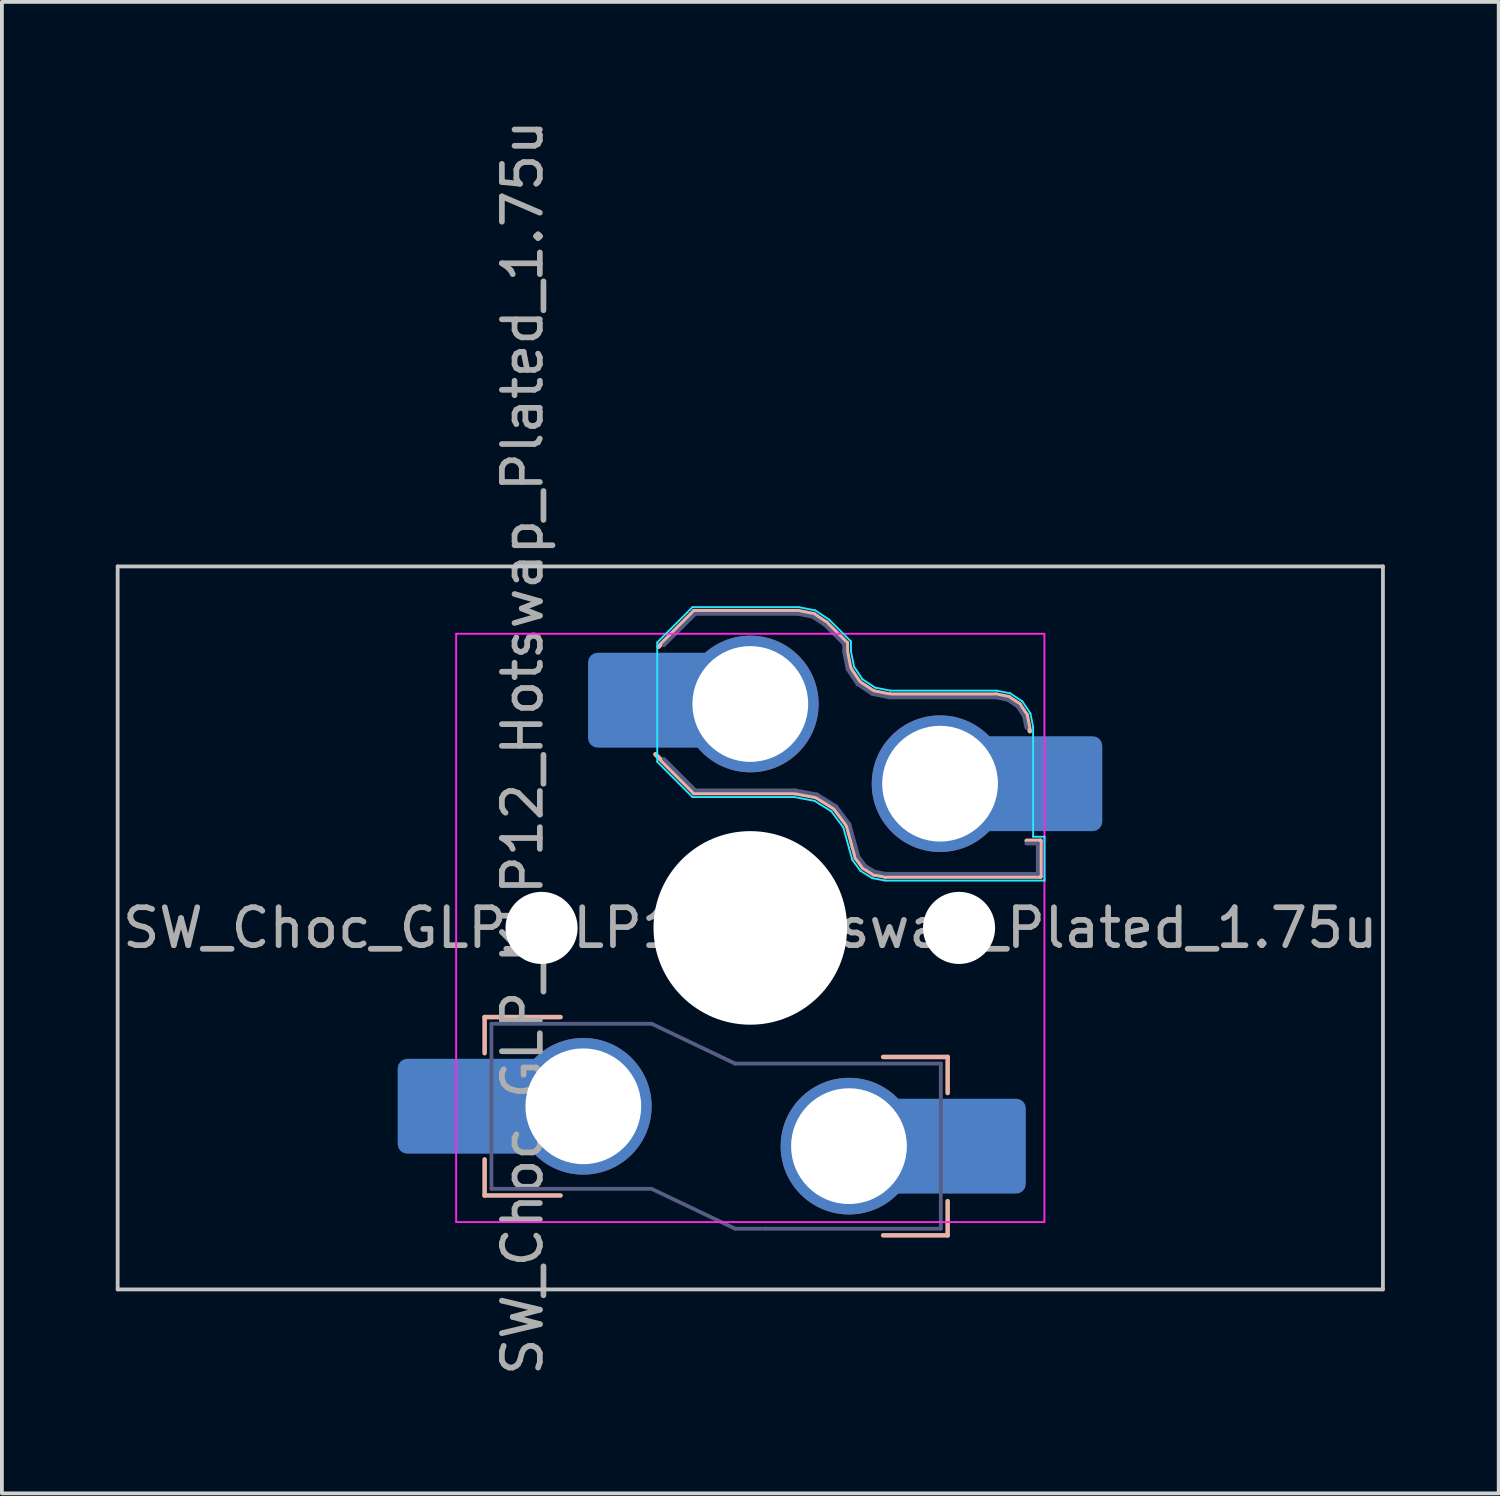
<source format=kicad_pcb>
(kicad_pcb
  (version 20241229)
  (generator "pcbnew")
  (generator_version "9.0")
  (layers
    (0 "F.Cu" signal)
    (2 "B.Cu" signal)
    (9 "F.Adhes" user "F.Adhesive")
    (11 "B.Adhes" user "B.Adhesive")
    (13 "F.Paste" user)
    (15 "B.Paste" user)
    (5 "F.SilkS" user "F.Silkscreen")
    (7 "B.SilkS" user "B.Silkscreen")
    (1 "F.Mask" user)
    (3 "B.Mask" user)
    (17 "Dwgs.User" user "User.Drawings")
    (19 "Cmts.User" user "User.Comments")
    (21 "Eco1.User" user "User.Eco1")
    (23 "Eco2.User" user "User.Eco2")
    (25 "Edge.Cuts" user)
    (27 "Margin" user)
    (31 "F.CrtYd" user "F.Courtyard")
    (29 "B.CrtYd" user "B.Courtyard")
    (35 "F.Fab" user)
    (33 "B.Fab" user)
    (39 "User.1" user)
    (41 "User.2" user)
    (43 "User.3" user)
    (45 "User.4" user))
  (footprint "SW_Choc_GLP_KLP12_Hotswap_Plated_1.75u"
    (layer "F.Cu")
    (at 16.719 21.399)
    (property "Reference" "SW_Choc_GLP_KLP12_Hotswap_Plated_1.75u" (at -6 -4.75 90) (layer "F.Fab") (effects (font (size 1 1) (thickness 0.15))))
    (attr smd)
    (fp_line (start -7 2.35) (end -7 3.3) (stroke (width 0.12) (type solid)) (layer "B.SilkS"))
    (fp_line (start -7 2.35) (end -5 2.35) (stroke (width 0.12) (type solid)) (layer "B.SilkS"))
    (fp_line (start -7 7.05) (end -7 6.1) (stroke (width 0.12) (type solid)) (layer "B.SilkS"))
    (fp_line (start -7 7.05) (end -5 7.05) (stroke (width 0.12) (type solid)) (layer "B.SilkS"))
    (fp_line (start -2.416 -7.409) (end -1.479 -8.346) (stroke (width 0.12) (type solid)) (layer "B.SilkS"))
    (fp_line (start -1.479 -8.346) (end 1.268 -8.346) (stroke (width 0.12) (type solid)) (layer "B.SilkS"))
    (fp_line (start -1.479 -3.554) (end -2.5 -4.575) (stroke (width 0.12) (type solid)) (layer "B.SilkS"))
    (fp_line (start 1.168 -3.554) (end -1.479 -3.554) (stroke (width 0.12) (type solid)) (layer "B.SilkS"))
    (fp_line (start 1.268 -8.346) (end 1.671 -8.266) (stroke (width 0.12) (type solid)) (layer "B.SilkS"))
    (fp_line (start 1.671 -8.266) (end 2.013 -8.037) (stroke (width 0.12) (type solid)) (layer "B.SilkS"))
    (fp_line (start 1.73 -3.449) (end 1.168 -3.554) (stroke (width 0.12) (type solid)) (layer "B.SilkS"))
    (fp_line (start 2.013 -8.037) (end 2.546 -7.504) (stroke (width 0.12) (type solid)) (layer "B.SilkS"))
    (fp_line (start 2.209 -3.15) (end 1.73 -3.449) (stroke (width 0.12) (type solid)) (layer "B.SilkS"))
    (fp_line (start 2.546 -7.504) (end 2.546 -7.282) (stroke (width 0.12) (type solid)) (layer "B.SilkS"))
    (fp_line (start 2.546 -7.282) (end 2.633 -6.844) (stroke (width 0.12) (type solid)) (layer "B.SilkS"))
    (fp_line (start 2.547 -2.697) (end 2.209 -3.15) (stroke (width 0.12) (type solid)) (layer "B.SilkS"))
    (fp_line (start 2.633 -6.844) (end 2.877 -6.477) (stroke (width 0.12) (type solid)) (layer "B.SilkS"))
    (fp_line (start 2.701 -2.139) (end 2.547 -2.697) (stroke (width 0.12) (type solid)) (layer "B.SilkS"))
    (fp_line (start 2.783 -1.841) (end 2.701 -2.139) (stroke (width 0.12) (type solid)) (layer "B.SilkS"))
    (fp_line (start 2.877 -6.477) (end 3.244 -6.233) (stroke (width 0.12) (type solid)) (layer "B.SilkS"))
    (fp_line (start 2.976 -1.583) (end 2.783 -1.841) (stroke (width 0.12) (type solid)) (layer "B.SilkS"))
    (fp_line (start 3.244 -6.233) (end 3.682 -6.146) (stroke (width 0.12) (type solid)) (layer "B.SilkS"))
    (fp_line (start 3.25 -1.413) (end 2.976 -1.583) (stroke (width 0.12) (type solid)) (layer "B.SilkS"))
    (fp_line (start 3.56 -1.354) (end 3.25 -1.413) (stroke (width 0.12) (type solid)) (layer "B.SilkS"))
    (fp_line (start 3.682 -6.146) (end 6.482 -6.146) (stroke (width 0.12) (type solid)) (layer "B.SilkS"))
    (fp_line (start 5.2 3.4) (end 3.5 3.4) (stroke (width 0.12) (type solid)) (layer "B.SilkS"))
    (fp_line (start 5.2 3.4) (end 5.2 4.35) (stroke (width 0.12) (type solid)) (layer "B.SilkS"))
    (fp_line (start 5.2 8.1) (end 3.5 8.1) (stroke (width 0.12) (type solid)) (layer "B.SilkS"))
    (fp_line (start 5.2 8.1) (end 5.2 7.2) (stroke (width 0.12) (type solid)) (layer "B.SilkS"))
    (fp_line (start 6.482 -6.146) (end 6.809 -6.081) (stroke (width 0.12) (type solid)) (layer "B.SilkS"))
    (fp_line (start 6.809 -6.081) (end 7.092 -5.892) (stroke (width 0.12) (type solid)) (layer "B.SilkS"))
    (fp_line (start 7.092 -5.892) (end 7.281 -5.609) (stroke (width 0.12) (type solid)) (layer "B.SilkS"))
    (fp_line (start 7.281 -5.609) (end 7.366 -5.182) (stroke (width 0.12) (type solid)) (layer "B.SilkS"))
    (fp_line (start 7.283 -2.296) (end 7.646 -2.296) (stroke (width 0.12) (type solid)) (layer "B.SilkS"))
    (fp_line (start 7.646 -2.296) (end 7.646 -1.354) (stroke (width 0.12) (type solid)) (layer "B.SilkS"))
    (fp_line (start 7.646 -1.354) (end 3.56 -1.354) (stroke (width 0.12) (type solid)) (layer "B.SilkS"))
    (fp_line (start -16.669 -9.525) (end -16.669 9.525) (stroke (width 0.1) (type default)) (layer "Dwgs.User"))
    (fp_line (start -16.669 -9.525) (end 16.669 -9.525) (stroke (width 0.1) (type solid)) (layer "Dwgs.User"))
    (fp_line (start -16.669 9.525) (end 16.669 9.525) (stroke (width 0.1) (type solid)) (layer "Dwgs.User"))
    (fp_line (start 16.669 -9.525) (end 16.669 9.525) (stroke (width 0.1) (type default)) (layer "Dwgs.User"))
    (fp_line (start -2.452 -7.523) (end -1.523 -8.452) (stroke (width 0.05) (type solid)) (layer "B.CrtYd"))
    (fp_line (start -2.452 -4.377) (end -2.452 -7.523) (stroke (width 0.05) (type solid)) (layer "B.CrtYd"))
    (fp_line (start -1.523 -8.452) (end 1.278 -8.452) (stroke (width 0.05) (type solid)) (layer "B.CrtYd"))
    (fp_line (start -1.523 -3.448) (end -2.452 -4.377) (stroke (width 0.05) (type solid)) (layer "B.CrtYd"))
    (fp_line (start 1.159 -3.448) (end -1.523 -3.448) (stroke (width 0.05) (type solid)) (layer "B.CrtYd"))
    (fp_line (start 1.278 -8.452) (end 1.712 -8.366) (stroke (width 0.05) (type solid)) (layer "B.CrtYd"))
    (fp_line (start 1.691 -3.348) (end 1.159 -3.448) (stroke (width 0.05) (type solid)) (layer "B.CrtYd"))
    (fp_line (start 1.712 -8.366) (end 2.081 -8.119) (stroke (width 0.05) (type solid)) (layer "B.CrtYd"))
    (fp_line (start 2.081 -8.119) (end 2.652 -7.548) (stroke (width 0.05) (type solid)) (layer "B.CrtYd"))
    (fp_line (start 2.136 -3.071) (end 1.691 -3.348) (stroke (width 0.05) (type solid)) (layer "B.CrtYd"))
    (fp_line (start 2.45 -2.65) (end 2.136 -3.071) (stroke (width 0.05) (type solid)) (layer "B.CrtYd"))
    (fp_line (start 2.599 -2.111) (end 2.45 -2.65) (stroke (width 0.05) (type solid)) (layer "B.CrtYd"))
    (fp_line (start 2.652 -7.548) (end 2.652 -7.292) (stroke (width 0.05) (type solid)) (layer "B.CrtYd"))
    (fp_line (start 2.652 -7.292) (end 2.733 -6.885) (stroke (width 0.05) (type solid)) (layer "B.CrtYd"))
    (fp_line (start 2.687 -1.794) (end 2.599 -2.111) (stroke (width 0.05) (type solid)) (layer "B.CrtYd"))
    (fp_line (start 2.733 -6.885) (end 2.953 -6.553) (stroke (width 0.05) (type solid)) (layer "B.CrtYd"))
    (fp_line (start 2.903 -1.503) (end 2.687 -1.794) (stroke (width 0.05) (type solid)) (layer "B.CrtYd"))
    (fp_line (start 2.953 -6.553) (end 3.285 -6.333) (stroke (width 0.05) (type solid)) (layer "B.CrtYd"))
    (fp_line (start 3.211 -1.312) (end 2.903 -1.503) (stroke (width 0.05) (type solid)) (layer "B.CrtYd"))
    (fp_line (start 3.285 -6.333) (end 3.692 -6.252) (stroke (width 0.05) (type solid)) (layer "B.CrtYd"))
    (fp_line (start 3.55 -1.248) (end 3.211 -1.312) (stroke (width 0.05) (type solid)) (layer "B.CrtYd"))
    (fp_line (start 3.692 -6.252) (end 6.492 -6.252) (stroke (width 0.05) (type solid)) (layer "B.CrtYd"))
    (fp_line (start 6.492 -6.252) (end 6.85 -6.181) (stroke (width 0.05) (type solid)) (layer "B.CrtYd"))
    (fp_line (start 6.85 -6.181) (end 7.168 -5.968) (stroke (width 0.05) (type solid)) (layer "B.CrtYd"))
    (fp_line (start 7.168 -5.968) (end 7.381 -5.65) (stroke (width 0.05) (type solid)) (layer "B.CrtYd"))
    (fp_line (start 7.381 -5.65) (end 7.452 -5.292) (stroke (width 0.05) (type solid)) (layer "B.CrtYd"))
    (fp_line (start 7.452 -5.292) (end 7.452 -2.402) (stroke (width 0.05) (type solid)) (layer "B.CrtYd"))
    (fp_line (start 7.452 -2.402) (end 7.752 -2.402) (stroke (width 0.05) (type solid)) (layer "B.CrtYd"))
    (fp_line (start 7.752 -2.402) (end 7.752 -1.248) (stroke (width 0.05) (type solid)) (layer "B.CrtYd"))
    (fp_line (start 7.752 -1.248) (end 3.55 -1.248) (stroke (width 0.05) (type solid)) (layer "B.CrtYd"))
    (fp_line (start -7.75 7.75) (end -7.75 -7.75) (stroke (width 0.05) (type solid)) (layer "F.CrtYd"))
    (fp_line (start 7.75 -7.75) (end -7.75 -7.75) (stroke (width 0.05) (type solid)) (layer "F.CrtYd"))
    (fp_line (start 7.75 -7.75) (end 7.75 7.75) (stroke (width 0.05) (type solid)) (layer "F.CrtYd"))
    (fp_line (start 7.75 7.75) (end -7.75 7.75) (stroke (width 0.05) (type solid)) (layer "F.CrtYd"))
    (fp_line (start -6.82 2.525) (end -6.82 6.875) (stroke (width 0.1) (type solid)) (layer "B.Fab"))
    (fp_line (start -6.82 2.525) (end -2.6 2.525) (stroke (width 0.1) (type solid)) (layer "B.Fab"))
    (fp_line (start -6.82 6.875) (end -2.6 6.875) (stroke (width 0.1) (type solid)) (layer "B.Fab"))
    (fp_line (start -2.6 2.525) (end -0.4 3.575) (stroke (width 0.1) (type solid)) (layer "B.Fab"))
    (fp_line (start -2.6 6.875) (end -0.4 7.925) (stroke (width 0.1) (type solid)) (layer "B.Fab"))
    (fp_line (start -2.275 -7.45) (end -1.45 -8.275) (stroke (width 0.1) (type solid)) (layer "B.Fab"))
    (fp_line (start -1.45 -8.275) (end 1.261 -8.275) (stroke (width 0.1) (type solid)) (layer "B.Fab"))
    (fp_line (start -1.45 -3.625) (end -2.275 -4.45) (stroke (width 0.1) (type solid)) (layer "B.Fab"))
    (fp_line (start 0.4 7.925) (end -0.4 7.925) (stroke (width 0.1) (type solid)) (layer "B.Fab"))
    (fp_line (start 1.175 -3.625) (end -1.45 -3.625) (stroke (width 0.1) (type solid)) (layer "B.Fab"))
    (fp_line (start 1.261 -8.275) (end 1.643 -8.199) (stroke (width 0.1) (type solid)) (layer "B.Fab"))
    (fp_line (start 1.643 -8.199) (end 1.968 -7.982) (stroke (width 0.1) (type solid)) (layer "B.Fab"))
    (fp_line (start 1.756 -3.516) (end 1.175 -3.625) (stroke (width 0.1) (type solid)) (layer "B.Fab"))
    (fp_line (start 1.968 -7.982) (end 2.475 -7.475) (stroke (width 0.1) (type solid)) (layer "B.Fab"))
    (fp_line (start 2.258 -3.203) (end 1.756 -3.516) (stroke (width 0.1) (type solid)) (layer "B.Fab"))
    (fp_line (start 2.475 -7.475) (end 2.475 -7.275) (stroke (width 0.1) (type solid)) (layer "B.Fab"))
    (fp_line (start 2.475 -7.275) (end 2.566 -6.816) (stroke (width 0.1) (type solid)) (layer "B.Fab"))
    (fp_line (start 2.566 -6.816) (end 2.826 -6.426) (stroke (width 0.1) (type solid)) (layer "B.Fab"))
    (fp_line (start 2.612 -2.729) (end 2.258 -3.203) (stroke (width 0.1) (type solid)) (layer "B.Fab"))
    (fp_line (start 2.769 -2.158) (end 2.612 -2.729) (stroke (width 0.1) (type solid)) (layer "B.Fab"))
    (fp_line (start 2.826 -6.426) (end 3.216 -6.166) (stroke (width 0.1) (type solid)) (layer "B.Fab"))
    (fp_line (start 2.848 -1.873) (end 2.769 -2.158) (stroke (width 0.1) (type solid)) (layer "B.Fab"))
    (fp_line (start 3.025 -1.636) (end 2.848 -1.873) (stroke (width 0.1) (type solid)) (layer "B.Fab"))
    (fp_line (start 3.216 -6.166) (end 3.675 -6.075) (stroke (width 0.1) (type solid)) (layer "B.Fab"))
    (fp_line (start 3.276 -1.48) (end 3.025 -1.636) (stroke (width 0.1) (type solid)) (layer "B.Fab"))
    (fp_line (start 3.567 -1.425) (end 3.276 -1.48) (stroke (width 0.1) (type solid)) (layer "B.Fab"))
    (fp_line (start 3.675 -6.075) (end 6.475 -6.075) (stroke (width 0.1) (type solid)) (layer "B.Fab"))
    (fp_line (start 5.02 3.575) (end -0.4 3.575) (stroke (width 0.1) (type solid)) (layer "B.Fab"))
    (fp_line (start 5.02 3.575) (end 5.02 7.925) (stroke (width 0.1) (type solid)) (layer "B.Fab"))
    (fp_line (start 5.02 7.925) (end 0.4 7.925) (stroke (width 0.1) (type solid)) (layer "B.Fab"))
    (fp_line (start 6.475 -6.075) (end 6.781 -6.014) (stroke (width 0.1) (type solid)) (layer "B.Fab"))
    (fp_line (start 6.781 -6.014) (end 7.041 -5.841) (stroke (width 0.1) (type solid)) (layer "B.Fab"))
    (fp_line (start 7.041 -5.841) (end 7.214 -5.581) (stroke (width 0.1) (type solid)) (layer "B.Fab"))
    (fp_line (start 7.214 -5.581) (end 7.275 -5.275) (stroke (width 0.1) (type solid)) (layer "B.Fab"))
    (fp_line (start 7.275 -2.225) (end 7.575 -2.225) (stroke (width 0.1) (type solid)) (layer "B.Fab"))
    (fp_line (start 7.575 -2.225) (end 7.575 -1.425) (stroke (width 0.1) (type solid)) (layer "B.Fab"))
    (fp_line (start 7.575 -1.425) (end 3.567 -1.425) (stroke (width 0.1) (type solid)) (layer "B.Fab"))
    (fp_rect (start -7.05 -7.05) (end 7.05 7.05) (stroke (width 0.12) (type default)) (fill no) (layer "User.1"))
    (fp_text user "${REFERENCE}" (at 0 0 0) (layer "F.Fab") (effects (font (size 1 1) (thickness 0.15))))
    (pad "" smd roundrect (at -8.04 4.7) (size 2.5 2.5) (layers "B.Mask" "B.Paste") (roundrect_rratio 0.1))
    (pad "" smd roundrect (at -8.04 4.7) (size 2.5 2.5) (layers "B.Paste") (roundrect_rratio 0.1))
    (pad "" np_thru_hole circle (at -5.5 0) (size 1.9 1.9) (drill 1.9) (layers "*.Cu" "*.Mask"))
    (pad "" smd roundrect (at -3.025 -6) (size 2.5 2.5) (layers "B.Paste") (roundrect_rratio 0.1))
    (pad "" np_thru_hole circle (at 0 0) (size 5.1 5.1) (drill 5.1) (layers "*.Cu" "*.Mask"))
    (pad "" np_thru_hole circle (at 5.5 0) (size 1.9 1.9) (drill 1.9) (layers "*.Cu" "*.Mask"))
    (pad "" smd roundrect (at 6.01 5.75) (size 2.5 2.5) (layers "B.Mask" "B.Paste") (roundrect_rratio 0.1))
    (pad "" smd roundrect (at 6.01 5.75) (size 2.5 2.5) (layers "B.Paste") (roundrect_rratio 0.1))
    (pad "" smd roundrect (at 8.025 -3.8) (size 2.5 2.5) (layers "B.Paste") (roundrect_rratio 0.1))
    (pad "1" thru_hole circle (at 2.6 5.75) (size 3.6 3.6) (drill 3.05) (layers "*.Cu" "*.Mask"))
    (pad "1" thru_hole circle (at 5 -3.8) (size 3.6 3.6) (drill 3.05) (layers "*.Cu" "*.Mask"))
    (pad "1" smd roundrect (at 5.334 5.75) (size 3.85 2.5) (layers "B.Cu" "B.Mask") (roundrect_rratio 0.1))
    (pad "1" smd roundrect (at 7.35 -3.8) (size 3.85 2.5) (layers "B.Cu" "B.Mask") (roundrect_rratio 0.1))
    (pad "2" smd roundrect (at -7.366 4.699) (size 3.85 2.5) (layers "B.Cu" "B.Mask") (roundrect_rratio 0.1))
    (pad "2" thru_hole circle (at -4.4 4.7) (size 3.6 3.6) (drill 3.05) (layers "*.Cu" "*.Mask"))
    (pad "2" smd roundrect (at -2.35 -6) (size 3.85 2.5) (layers "B.Cu" "B.Mask") (roundrect_rratio 0.1))
    (pad "2" thru_hole circle (at 0 -5.9) (size 3.6 3.6) (drill 3.05) (layers "*.Cu" "*.Mask")))
  (gr_rect
    (start -3 -3)
    (end 36.438 36.298)
    (stroke (width 0.1) (type default))
    (fill no)
    (layer "Edge.Cuts")))
</source>
